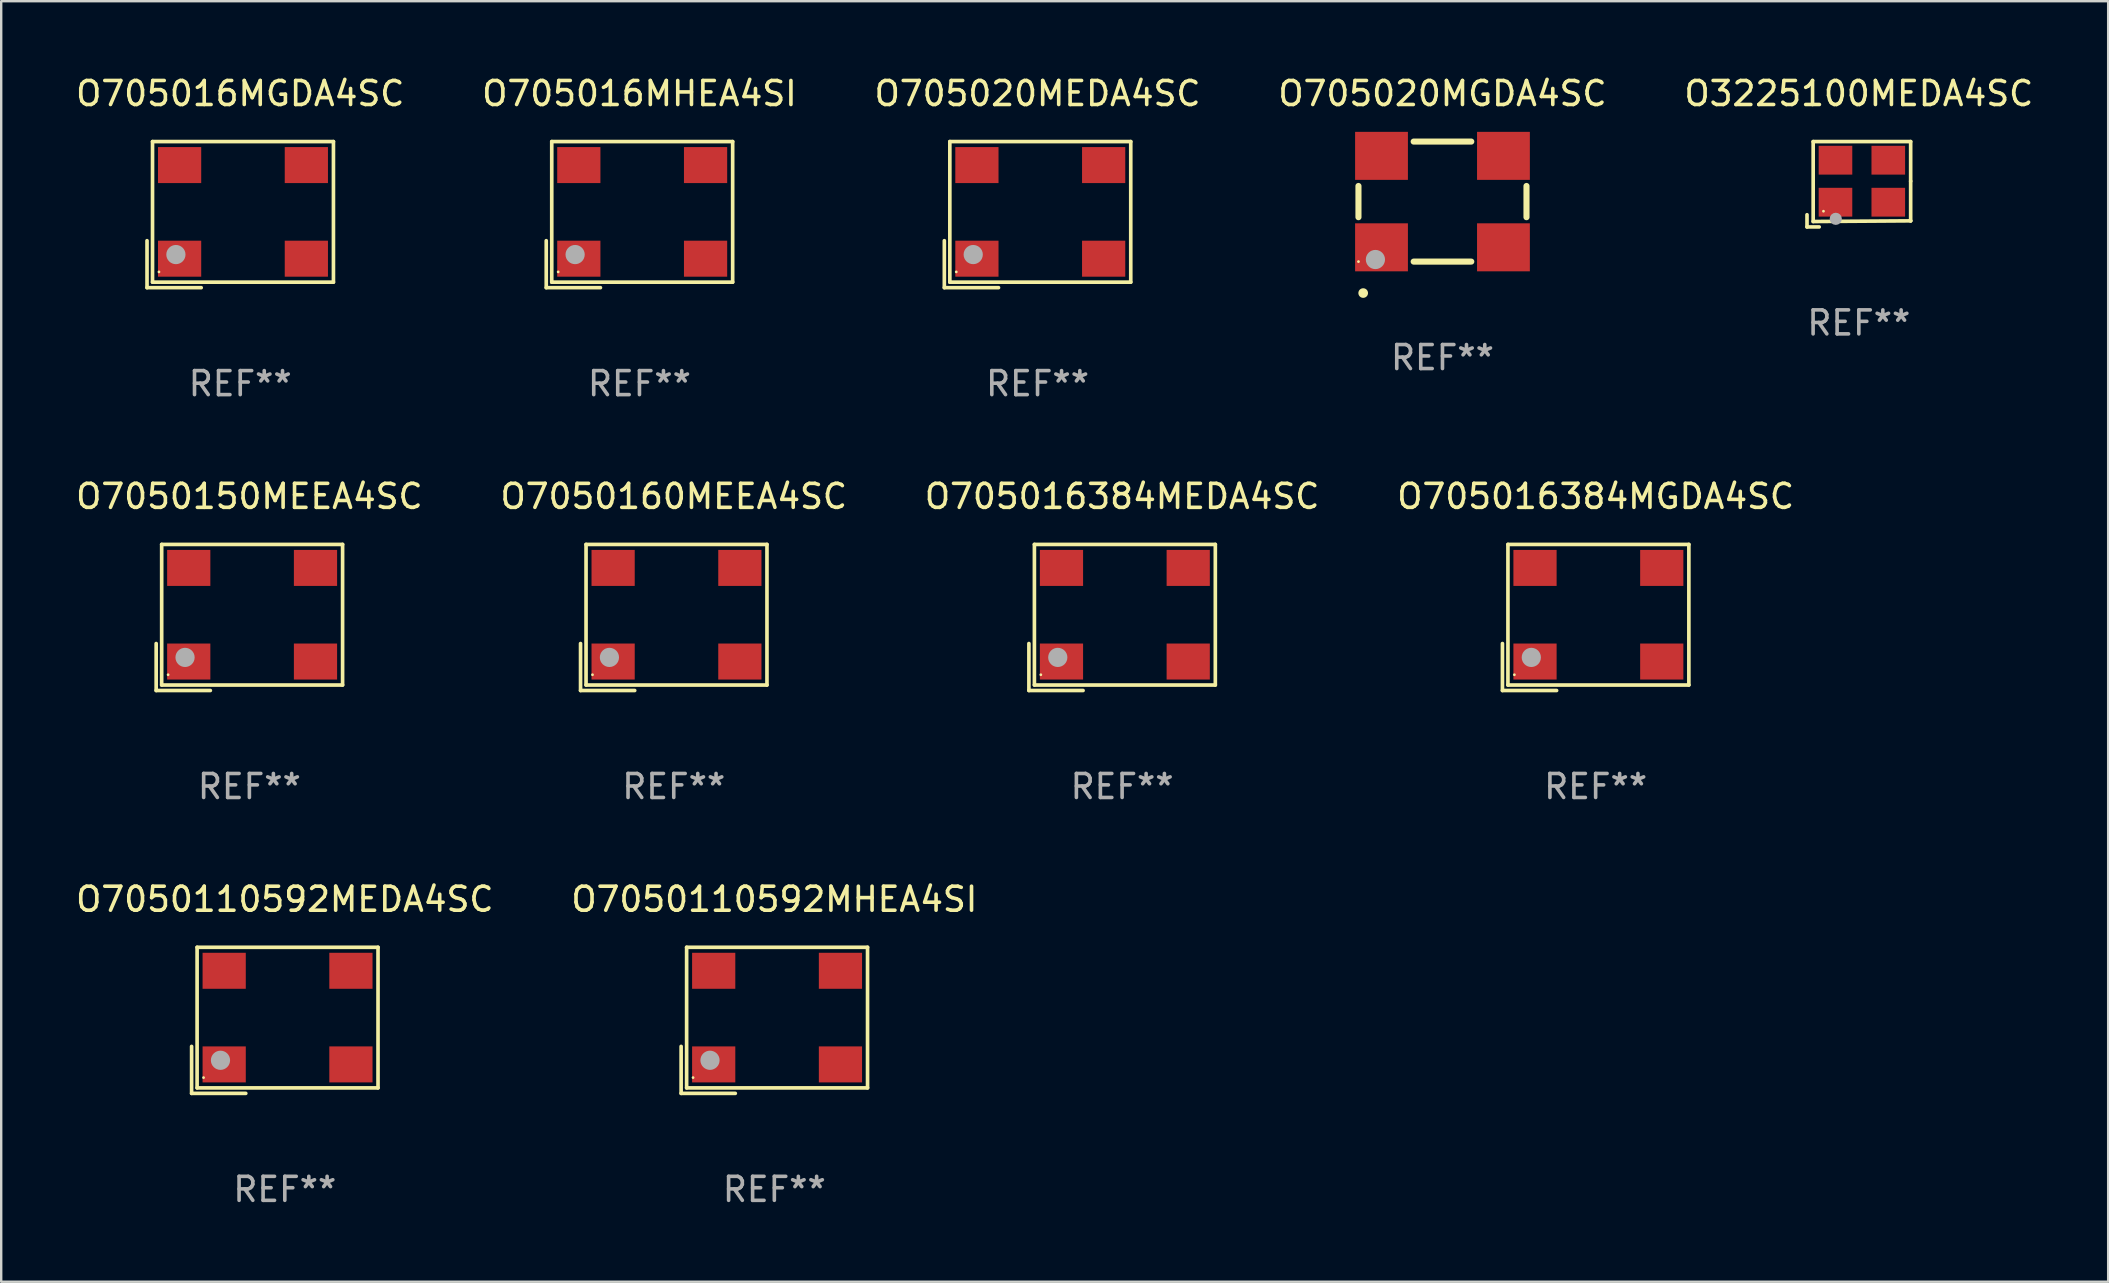
<source format=kicad_pcb>
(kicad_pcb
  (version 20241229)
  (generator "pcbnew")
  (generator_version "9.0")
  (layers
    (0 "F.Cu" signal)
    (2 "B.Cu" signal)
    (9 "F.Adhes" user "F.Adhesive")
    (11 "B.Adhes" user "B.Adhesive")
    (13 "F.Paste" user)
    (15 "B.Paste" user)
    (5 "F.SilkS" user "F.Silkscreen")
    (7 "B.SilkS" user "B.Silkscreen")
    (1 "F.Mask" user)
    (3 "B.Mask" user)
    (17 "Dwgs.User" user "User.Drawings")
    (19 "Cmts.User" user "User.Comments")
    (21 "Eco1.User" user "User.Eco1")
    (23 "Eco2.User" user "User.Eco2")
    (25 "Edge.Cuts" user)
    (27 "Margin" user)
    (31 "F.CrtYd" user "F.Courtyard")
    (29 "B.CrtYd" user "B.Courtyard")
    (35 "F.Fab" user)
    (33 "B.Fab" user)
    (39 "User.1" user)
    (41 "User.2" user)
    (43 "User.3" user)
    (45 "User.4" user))
  (footprint "O705016384MEDA4SC"
    (layer "F.Cu")
    (at 43.696 22.673)
    (property "Reference" "O705016384MEDA4SC" (at 0 -5.043 0) (layer "F.SilkS") (effects (font (size 1 1) (thickness 0.15))))
    (attr through_hole)
    (fp_line (start -3.883 1.086) (end -3.883 3.043) (stroke (width 0.152) (type solid)) (layer "F.SilkS"))
    (fp_line (start -3.883 3.043) (end -1.626 3.043) (stroke (width 0.152) (type solid)) (layer "F.SilkS"))
    (fp_line (start -3.654 -3.043) (end 3.883 -3.043) (stroke (width 0.152) (type solid)) (layer "F.SilkS"))
    (fp_line (start -3.654 2.814) (end -3.654 -3.043) (stroke (width 0.152) (type solid)) (layer "F.SilkS"))
    (fp_line (start 3.883 -3.043) (end 3.883 2.814) (stroke (width 0.152) (type solid)) (layer "F.SilkS"))
    (fp_line (start 3.883 2.814) (end -3.654 2.814) (stroke (width 0.152) (type solid)) (layer "F.SilkS"))
    (fp_circle (center -3.386 2.386) (end -3.356 2.386) (stroke (width 0.06) (type solid)) (fill no) (layer "F.SilkS"))
    (fp_circle (center -2.68 1.664) (end -2.48 1.664) (stroke (width 0.4) (type solid)) (fill no) (layer "F.Fab"))
    (fp_text user "REF**" (at 0 7.043 0) (layer "F.Fab") (effects (font (size 1 1) (thickness 0.15))))
    (pad "1" smd rect (at -2.526 1.836) (size 1.8 1.5) (layers "F.Cu" "F.Mask" "F.Paste"))
    (pad "2" smd rect (at 2.754 1.836) (size 1.8 1.5) (layers "F.Cu" "F.Mask" "F.Paste"))
    (pad "3" smd rect (at 2.754 -2.064) (size 1.8 1.5) (layers "F.Cu" "F.Mask" "F.Paste"))
    (pad "4" smd rect (at -2.526 -2.064) (size 1.8 1.5) (layers "F.Cu" "F.Mask" "F.Paste")))
  (footprint "O7050110592MEDA4SC"
    (layer "F.Cu")
    (at 8.815 39.456)
    (property "Reference" "O7050110592MEDA4SC" (at 0 -5.043 0) (layer "F.SilkS") (effects (font (size 1 1) (thickness 0.15))))
    (attr through_hole)
    (fp_line (start -3.883 1.086) (end -3.883 3.043) (stroke (width 0.152) (type solid)) (layer "F.SilkS"))
    (fp_line (start -3.883 3.043) (end -1.626 3.043) (stroke (width 0.152) (type solid)) (layer "F.SilkS"))
    (fp_line (start -3.654 -3.043) (end 3.883 -3.043) (stroke (width 0.152) (type solid)) (layer "F.SilkS"))
    (fp_line (start -3.654 2.814) (end -3.654 -3.043) (stroke (width 0.152) (type solid)) (layer "F.SilkS"))
    (fp_line (start 3.883 -3.043) (end 3.883 2.814) (stroke (width 0.152) (type solid)) (layer "F.SilkS"))
    (fp_line (start 3.883 2.814) (end -3.654 2.814) (stroke (width 0.152) (type solid)) (layer "F.SilkS"))
    (fp_circle (center -3.386 2.386) (end -3.356 2.386) (stroke (width 0.06) (type solid)) (fill no) (layer "F.SilkS"))
    (fp_circle (center -2.68 1.664) (end -2.48 1.664) (stroke (width 0.4) (type solid)) (fill no) (layer "F.Fab"))
    (fp_text user "REF**" (at 0 7.043 0) (layer "F.Fab") (effects (font (size 1 1) (thickness 0.15))))
    (pad "1" smd rect (at -2.526 1.836) (size 1.8 1.5) (layers "F.Cu" "F.Mask" "F.Paste"))
    (pad "2" smd rect (at 2.754 1.836) (size 1.8 1.5) (layers "F.Cu" "F.Mask" "F.Paste"))
    (pad "3" smd rect (at 2.754 -2.064) (size 1.8 1.5) (layers "F.Cu" "F.Mask" "F.Paste"))
    (pad "4" smd rect (at -2.526 -2.064) (size 1.8 1.5) (layers "F.Cu" "F.Mask" "F.Paste")))
  (footprint "O7050160MEEA4SC"
    (layer "F.Cu")
    (at 25.018 22.673)
    (property "Reference" "O7050160MEEA4SC" (at 0 -5.043 0) (layer "F.SilkS") (effects (font (size 1 1) (thickness 0.15))))
    (attr through_hole)
    (fp_line (start -3.883 1.086) (end -3.883 3.043) (stroke (width 0.152) (type solid)) (layer "F.SilkS"))
    (fp_line (start -3.883 3.043) (end -1.626 3.043) (stroke (width 0.152) (type solid)) (layer "F.SilkS"))
    (fp_line (start -3.654 -3.043) (end 3.883 -3.043) (stroke (width 0.152) (type solid)) (layer "F.SilkS"))
    (fp_line (start -3.654 2.814) (end -3.654 -3.043) (stroke (width 0.152) (type solid)) (layer "F.SilkS"))
    (fp_line (start 3.883 -3.043) (end 3.883 2.814) (stroke (width 0.152) (type solid)) (layer "F.SilkS"))
    (fp_line (start 3.883 2.814) (end -3.654 2.814) (stroke (width 0.152) (type solid)) (layer "F.SilkS"))
    (fp_circle (center -3.386 2.386) (end -3.356 2.386) (stroke (width 0.06) (type solid)) (fill no) (layer "F.SilkS"))
    (fp_circle (center -2.68 1.664) (end -2.48 1.664) (stroke (width 0.4) (type solid)) (fill no) (layer "F.Fab"))
    (fp_text user "REF**" (at 0 7.043 0) (layer "F.Fab") (effects (font (size 1 1) (thickness 0.15))))
    (pad "1" smd rect (at -2.526 1.836) (size 1.8 1.5) (layers "F.Cu" "F.Mask" "F.Paste"))
    (pad "2" smd rect (at 2.754 1.836) (size 1.8 1.5) (layers "F.Cu" "F.Mask" "F.Paste"))
    (pad "3" smd rect (at 2.754 -2.064) (size 1.8 1.5) (layers "F.Cu" "F.Mask" "F.Paste"))
    (pad "4" smd rect (at -2.526 -2.064) (size 1.8 1.5) (layers "F.Cu" "F.Mask" "F.Paste")))
  (footprint "O7050150MEEA4SC"
    (layer "F.Cu")
    (at 7.339 22.673)
    (property "Reference" "O7050150MEEA4SC" (at 0 -5.043 0) (layer "F.SilkS") (effects (font (size 1 1) (thickness 0.15))))
    (attr through_hole)
    (fp_line (start -3.883 1.086) (end -3.883 3.043) (stroke (width 0.152) (type solid)) (layer "F.SilkS"))
    (fp_line (start -3.883 3.043) (end -1.626 3.043) (stroke (width 0.152) (type solid)) (layer "F.SilkS"))
    (fp_line (start -3.654 -3.043) (end 3.883 -3.043) (stroke (width 0.152) (type solid)) (layer "F.SilkS"))
    (fp_line (start -3.654 2.814) (end -3.654 -3.043) (stroke (width 0.152) (type solid)) (layer "F.SilkS"))
    (fp_line (start 3.883 -3.043) (end 3.883 2.814) (stroke (width 0.152) (type solid)) (layer "F.SilkS"))
    (fp_line (start 3.883 2.814) (end -3.654 2.814) (stroke (width 0.152) (type solid)) (layer "F.SilkS"))
    (fp_circle (center -3.386 2.386) (end -3.356 2.386) (stroke (width 0.06) (type solid)) (fill no) (layer "F.SilkS"))
    (fp_circle (center -2.68 1.664) (end -2.48 1.664) (stroke (width 0.4) (type solid)) (fill no) (layer "F.Fab"))
    (fp_text user "REF**" (at 0 7.043 0) (layer "F.Fab") (effects (font (size 1 1) (thickness 0.15))))
    (pad "1" smd rect (at -2.526 1.836) (size 1.8 1.5) (layers "F.Cu" "F.Mask" "F.Paste"))
    (pad "2" smd rect (at 2.754 1.836) (size 1.8 1.5) (layers "F.Cu" "F.Mask" "F.Paste"))
    (pad "3" smd rect (at 2.754 -2.064) (size 1.8 1.5) (layers "F.Cu" "F.Mask" "F.Paste"))
    (pad "4" smd rect (at -2.526 -2.064) (size 1.8 1.5) (layers "F.Cu" "F.Mask" "F.Paste")))
  (footprint "O705020MEDA4SC"
    (layer "F.Cu")
    (at 40.173 5.891)
    (property "Reference" "O705020MEDA4SC" (at 0 -5.043 0) (layer "F.SilkS") (effects (font (size 1 1) (thickness 0.15))))
    (attr through_hole)
    (fp_line (start -3.883 1.086) (end -3.883 3.043) (stroke (width 0.152) (type solid)) (layer "F.SilkS"))
    (fp_line (start -3.883 3.043) (end -1.626 3.043) (stroke (width 0.152) (type solid)) (layer "F.SilkS"))
    (fp_line (start -3.654 -3.043) (end 3.883 -3.043) (stroke (width 0.152) (type solid)) (layer "F.SilkS"))
    (fp_line (start -3.654 2.814) (end -3.654 -3.043) (stroke (width 0.152) (type solid)) (layer "F.SilkS"))
    (fp_line (start 3.883 -3.043) (end 3.883 2.814) (stroke (width 0.152) (type solid)) (layer "F.SilkS"))
    (fp_line (start 3.883 2.814) (end -3.654 2.814) (stroke (width 0.152) (type solid)) (layer "F.SilkS"))
    (fp_circle (center -3.386 2.386) (end -3.356 2.386) (stroke (width 0.06) (type solid)) (fill no) (layer "F.SilkS"))
    (fp_circle (center -2.68 1.664) (end -2.48 1.664) (stroke (width 0.4) (type solid)) (fill no) (layer "F.Fab"))
    (fp_text user "REF**" (at 0 7.043 0) (layer "F.Fab") (effects (font (size 1 1) (thickness 0.15))))
    (pad "1" smd rect (at -2.526 1.836) (size 1.8 1.5) (layers "F.Cu" "F.Mask" "F.Paste"))
    (pad "2" smd rect (at 2.754 1.836) (size 1.8 1.5) (layers "F.Cu" "F.Mask" "F.Paste"))
    (pad "3" smd rect (at 2.754 -2.064) (size 1.8 1.5) (layers "F.Cu" "F.Mask" "F.Paste"))
    (pad "4" smd rect (at -2.526 -2.064) (size 1.8 1.5) (layers "F.Cu" "F.Mask" "F.Paste")))
  (footprint "O7050110592MHEA4SI"
    (layer "F.Cu")
    (at 29.208 39.456)
    (property "Reference" "O7050110592MHEA4SI" (at 0 -5.043 0) (layer "F.SilkS") (effects (font (size 1 1) (thickness 0.15))))
    (attr through_hole)
    (fp_line (start -3.883 1.086) (end -3.883 3.043) (stroke (width 0.152) (type solid)) (layer "F.SilkS"))
    (fp_line (start -3.883 3.043) (end -1.626 3.043) (stroke (width 0.152) (type solid)) (layer "F.SilkS"))
    (fp_line (start -3.654 -3.043) (end 3.883 -3.043) (stroke (width 0.152) (type solid)) (layer "F.SilkS"))
    (fp_line (start -3.654 2.814) (end -3.654 -3.043) (stroke (width 0.152) (type solid)) (layer "F.SilkS"))
    (fp_line (start 3.883 -3.043) (end 3.883 2.814) (stroke (width 0.152) (type solid)) (layer "F.SilkS"))
    (fp_line (start 3.883 2.814) (end -3.654 2.814) (stroke (width 0.152) (type solid)) (layer "F.SilkS"))
    (fp_circle (center -3.386 2.386) (end -3.356 2.386) (stroke (width 0.06) (type solid)) (fill no) (layer "F.SilkS"))
    (fp_circle (center -2.68 1.664) (end -2.48 1.664) (stroke (width 0.4) (type solid)) (fill no) (layer "F.Fab"))
    (fp_text user "REF**" (at 0 7.043 0) (layer "F.Fab") (effects (font (size 1 1) (thickness 0.15))))
    (pad "1" smd rect (at -2.526 1.836) (size 1.8 1.5) (layers "F.Cu" "F.Mask" "F.Paste"))
    (pad "2" smd rect (at 2.754 1.836) (size 1.8 1.5) (layers "F.Cu" "F.Mask" "F.Paste"))
    (pad "3" smd rect (at 2.754 -2.064) (size 1.8 1.5) (layers "F.Cu" "F.Mask" "F.Paste"))
    (pad "4" smd rect (at -2.526 -2.064) (size 1.8 1.5) (layers "F.Cu" "F.Mask" "F.Paste")))
  (footprint "O705016MGDA4SC"
    (layer "F.Cu")
    (at 6.958 5.891)
    (property "Reference" "O705016MGDA4SC" (at 0 -5.043 0) (layer "F.SilkS") (effects (font (size 1 1) (thickness 0.15))))
    (attr through_hole)
    (fp_line (start -3.883 1.086) (end -3.883 3.043) (stroke (width 0.152) (type solid)) (layer "F.SilkS"))
    (fp_line (start -3.883 3.043) (end -1.626 3.043) (stroke (width 0.152) (type solid)) (layer "F.SilkS"))
    (fp_line (start -3.654 -3.043) (end 3.883 -3.043) (stroke (width 0.152) (type solid)) (layer "F.SilkS"))
    (fp_line (start -3.654 2.814) (end -3.654 -3.043) (stroke (width 0.152) (type solid)) (layer "F.SilkS"))
    (fp_line (start 3.883 -3.043) (end 3.883 2.814) (stroke (width 0.152) (type solid)) (layer "F.SilkS"))
    (fp_line (start 3.883 2.814) (end -3.654 2.814) (stroke (width 0.152) (type solid)) (layer "F.SilkS"))
    (fp_circle (center -3.386 2.386) (end -3.356 2.386) (stroke (width 0.06) (type solid)) (fill no) (layer "F.SilkS"))
    (fp_circle (center -2.68 1.664) (end -2.48 1.664) (stroke (width 0.4) (type solid)) (fill no) (layer "F.Fab"))
    (fp_text user "REF**" (at 0 7.043 0) (layer "F.Fab") (effects (font (size 1 1) (thickness 0.15))))
    (pad "1" smd rect (at -2.526 1.836) (size 1.8 1.5) (layers "F.Cu" "F.Mask" "F.Paste"))
    (pad "2" smd rect (at 2.754 1.836) (size 1.8 1.5) (layers "F.Cu" "F.Mask" "F.Paste"))
    (pad "3" smd rect (at 2.754 -2.064) (size 1.8 1.5) (layers "F.Cu" "F.Mask" "F.Paste"))
    (pad "4" smd rect (at -2.526 -2.064) (size 1.8 1.5) (layers "F.Cu" "F.Mask" "F.Paste")))
  (footprint "O3225100MEDA4SC"
    (layer "F.Cu")
    (at 74.387 4.626)
    (property "Reference" "O3225100MEDA4SC" (at 0 -3.778 0) (layer "F.SilkS") (effects (font (size 1 1) (thickness 0.15))))
    (attr through_hole)
    (fp_line (start -2.159 1.27) (end -2.159 1.778) (stroke (width 0.152) (type solid)) (layer "F.SilkS"))
    (fp_line (start -2.159 1.778) (end -1.651 1.778) (stroke (width 0.152) (type solid)) (layer "F.SilkS"))
    (fp_line (start -1.902 -1.778) (end 2.159 -1.778) (stroke (width 0.152) (type solid)) (layer "F.SilkS"))
    (fp_line (start -1.902 1.552) (end -1.902 -1.778) (stroke (width 0.152) (type solid)) (layer "F.SilkS"))
    (fp_line (start 2.159 -1.778) (end 2.159 -0.127) (stroke (width 0.152) (type solid)) (layer "F.SilkS"))
    (fp_line (start 2.159 -0.127) (end 2.159 1.524) (stroke (width 0.152) (type solid)) (layer "F.SilkS"))
    (fp_line (start 2.159 1.524) (end -1.902 1.552) (stroke (width 0.152) (type solid)) (layer "F.SilkS"))
    (fp_line (start 2.159 1.524) (end 2.159 1.524) (stroke (width 0.152) (type solid)) (layer "F.SilkS"))
    (fp_circle (center -1.473 1.123) (end -1.443 1.123) (stroke (width 0.06) (type solid)) (fill no) (layer "F.SilkS"))
    (fp_circle (center -0.961 1.44) (end -0.834 1.44) (stroke (width 0.254) (type solid)) (fill no) (layer "F.Fab"))
    (fp_text user "REF**" (at 0 5.778 0) (layer "F.Fab") (effects (font (size 1 1) (thickness 0.15))))
    (pad "1" smd rect (at -0.973 0.748) (size 1.4 1.2) (layers "F.Cu" "F.Mask" "F.Paste"))
    (pad "2" smd rect (at 1.227 0.748) (size 1.4 1.2) (layers "F.Cu" "F.Mask" "F.Paste"))
    (pad "3" smd rect (at 1.227 -1.002) (size 1.4 1.2) (layers "F.Cu" "F.Mask" "F.Paste"))
    (pad "4" smd rect (at -0.973 -1.002) (size 1.4 1.2) (layers "F.Cu" "F.Mask" "F.Paste")))
  (footprint "O705020MGDA4SC"
    (layer "F.Cu")
    (at 57.042 5.348)
    (property "Reference" "O705020MGDA4SC" (at 0 -4.5 0) (layer "F.SilkS") (effects (font (size 1 1) (thickness 0.15))))
    (attr through_hole)
    (fp_line (start -3.5 0.65) (end -3.5 -0.65) (stroke (width 0.254) (type solid)) (layer "F.SilkS"))
    (fp_line (start 1.2 -2.5) (end -1.2 -2.5) (stroke (width 0.254) (type solid)) (layer "F.SilkS"))
    (fp_line (start 1.2 2.5) (end -1.2 2.5) (stroke (width 0.254) (type solid)) (layer "F.SilkS"))
    (fp_line (start 3.5 0.65) (end 3.5 -0.65) (stroke (width 0.254) (type solid)) (layer "F.SilkS"))
    (fp_arc (start -3.304547 3.81016) (mid -3.303277 3.810156) (end -3.302007 3.81016) (stroke (width 0.4) (type solid)) (layer "F.SilkS"))
    (fp_circle (center -3.5 2.5) (end -3.47 2.5) (stroke (width 0.06) (type solid)) (fill no) (layer "F.SilkS"))
    (fp_circle (center -2.794 2.413) (end -2.594 2.413) (stroke (width 0.4) (type solid)) (fill no) (layer "F.Fab"))
    (fp_text user "REF**" (at 0 6.5 0) (layer "F.Fab") (effects (font (size 1 1) (thickness 0.15))))
    (pad "1" smd rect (at -2.54 1.905 180) (size 2.2 2) (layers "F.Cu" "F.Mask" "F.Paste"))
    (pad "2" smd rect (at 2.54 1.905 180) (size 2.2 2) (layers "F.Cu" "F.Mask" "F.Paste"))
    (pad "3" smd rect (at 2.54 -1.905 180) (size 2.2 2) (layers "F.Cu" "F.Mask" "F.Paste"))
    (pad "4" smd rect (at -2.54 -1.905 180) (size 2.2 2) (layers "F.Cu" "F.Mask" "F.Paste")))
  (footprint "O705016MHEA4SI"
    (layer "F.Cu")
    (at 23.589 5.891)
    (property "Reference" "O705016MHEA4SI" (at 0 -5.043 0) (layer "F.SilkS") (effects (font (size 1 1) (thickness 0.15))))
    (attr through_hole)
    (fp_line (start -3.883 1.086) (end -3.883 3.043) (stroke (width 0.152) (type solid)) (layer "F.SilkS"))
    (fp_line (start -3.883 3.043) (end -1.626 3.043) (stroke (width 0.152) (type solid)) (layer "F.SilkS"))
    (fp_line (start -3.654 -3.043) (end 3.883 -3.043) (stroke (width 0.152) (type solid)) (layer "F.SilkS"))
    (fp_line (start -3.654 2.814) (end -3.654 -3.043) (stroke (width 0.152) (type solid)) (layer "F.SilkS"))
    (fp_line (start 3.883 -3.043) (end 3.883 2.814) (stroke (width 0.152) (type solid)) (layer "F.SilkS"))
    (fp_line (start 3.883 2.814) (end -3.654 2.814) (stroke (width 0.152) (type solid)) (layer "F.SilkS"))
    (fp_circle (center -3.386 2.386) (end -3.356 2.386) (stroke (width 0.06) (type solid)) (fill no) (layer "F.SilkS"))
    (fp_circle (center -2.68 1.664) (end -2.48 1.664) (stroke (width 0.4) (type solid)) (fill no) (layer "F.Fab"))
    (fp_text user "REF**" (at 0 7.043 0) (layer "F.Fab") (effects (font (size 1 1) (thickness 0.15))))
    (pad "1" smd rect (at -2.526 1.836) (size 1.8 1.5) (layers "F.Cu" "F.Mask" "F.Paste"))
    (pad "2" smd rect (at 2.754 1.836) (size 1.8 1.5) (layers "F.Cu" "F.Mask" "F.Paste"))
    (pad "3" smd rect (at 2.754 -2.064) (size 1.8 1.5) (layers "F.Cu" "F.Mask" "F.Paste"))
    (pad "4" smd rect (at -2.526 -2.064) (size 1.8 1.5) (layers "F.Cu" "F.Mask" "F.Paste")))
  (footprint "O705016384MGDA4SC"
    (layer "F.Cu")
    (at 63.423 22.673)
    (property "Reference" "O705016384MGDA4SC" (at 0 -5.043 0) (layer "F.SilkS") (effects (font (size 1 1) (thickness 0.15))))
    (attr through_hole)
    (fp_line (start -3.883 1.086) (end -3.883 3.043) (stroke (width 0.152) (type solid)) (layer "F.SilkS"))
    (fp_line (start -3.883 3.043) (end -1.626 3.043) (stroke (width 0.152) (type solid)) (layer "F.SilkS"))
    (fp_line (start -3.654 -3.043) (end 3.883 -3.043) (stroke (width 0.152) (type solid)) (layer "F.SilkS"))
    (fp_line (start -3.654 2.814) (end -3.654 -3.043) (stroke (width 0.152) (type solid)) (layer "F.SilkS"))
    (fp_line (start 3.883 -3.043) (end 3.883 2.814) (stroke (width 0.152) (type solid)) (layer "F.SilkS"))
    (fp_line (start 3.883 2.814) (end -3.654 2.814) (stroke (width 0.152) (type solid)) (layer "F.SilkS"))
    (fp_circle (center -3.386 2.386) (end -3.356 2.386) (stroke (width 0.06) (type solid)) (fill no) (layer "F.SilkS"))
    (fp_circle (center -2.68 1.664) (end -2.48 1.664) (stroke (width 0.4) (type solid)) (fill no) (layer "F.Fab"))
    (fp_text user "REF**" (at 0 7.043 0) (layer "F.Fab") (effects (font (size 1 1) (thickness 0.15))))
    (pad "1" smd rect (at -2.526 1.836) (size 1.8 1.5) (layers "F.Cu" "F.Mask" "F.Paste"))
    (pad "2" smd rect (at 2.754 1.836) (size 1.8 1.5) (layers "F.Cu" "F.Mask" "F.Paste"))
    (pad "3" smd rect (at 2.754 -2.064) (size 1.8 1.5) (layers "F.Cu" "F.Mask" "F.Paste"))
    (pad "4" smd rect (at -2.526 -2.064) (size 1.8 1.5) (layers "F.Cu" "F.Mask" "F.Paste")))
  (gr_rect
    (start -3 -3)
    (end 84.774 50.347)
    (stroke (width 0.1) (type default))
    (fill no)
    (layer "Edge.Cuts")))
</source>
